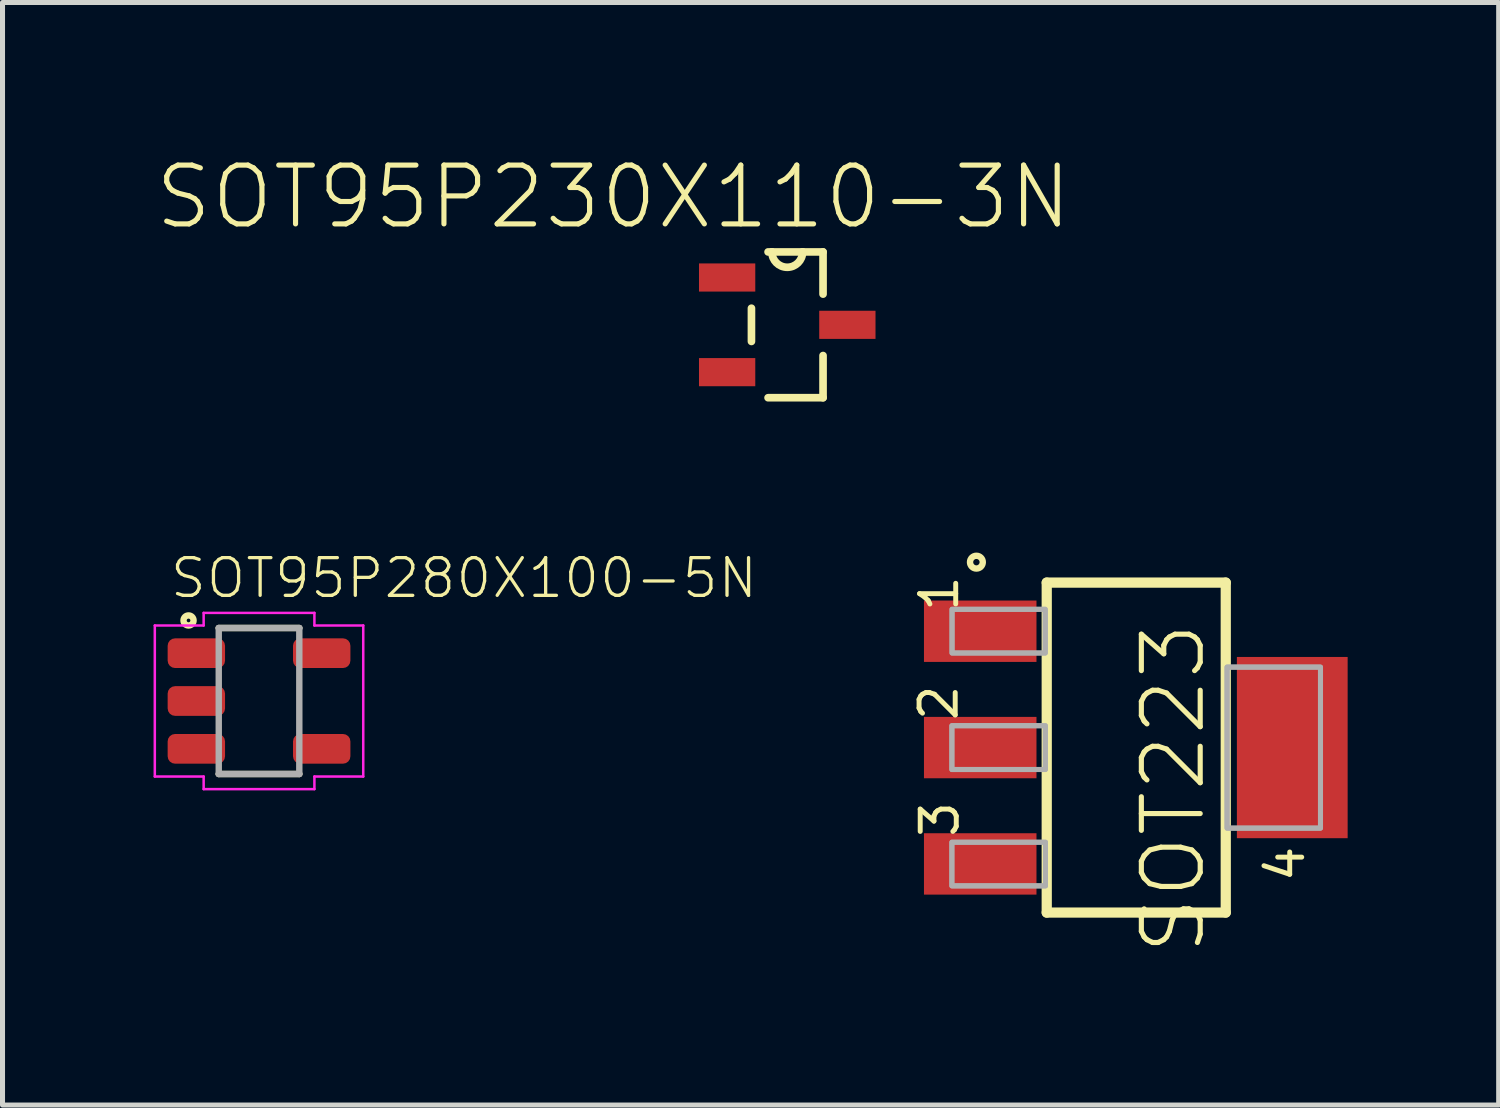
<source format=kicad_pcb>
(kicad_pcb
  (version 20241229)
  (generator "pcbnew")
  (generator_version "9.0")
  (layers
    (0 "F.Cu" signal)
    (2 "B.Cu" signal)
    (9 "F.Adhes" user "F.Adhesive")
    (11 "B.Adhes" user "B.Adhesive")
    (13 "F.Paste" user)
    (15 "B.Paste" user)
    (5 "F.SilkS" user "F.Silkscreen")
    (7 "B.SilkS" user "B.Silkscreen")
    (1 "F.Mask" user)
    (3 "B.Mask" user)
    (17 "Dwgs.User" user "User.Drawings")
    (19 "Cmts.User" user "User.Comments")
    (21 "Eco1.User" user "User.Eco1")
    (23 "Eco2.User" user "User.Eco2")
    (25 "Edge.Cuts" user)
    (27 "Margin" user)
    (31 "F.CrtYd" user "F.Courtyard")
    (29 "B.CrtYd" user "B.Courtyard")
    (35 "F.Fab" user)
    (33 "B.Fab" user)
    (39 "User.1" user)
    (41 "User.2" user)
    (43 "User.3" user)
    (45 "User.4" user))
  (footprint "SOT95P280X100-5N"
    (layer "F.Cu")
    (at 2.095 10.874)
    (property "Reference" "SOT95P280X100-5N" (at -1.804 -2.004 0) (unlocked yes) (layer "F.SilkS") (effects (font (size 0.749 0.749) (thickness 0.065)) (justify left bottom)))
    (fp_line (start -0.8 -1.45) (end 0.8 -1.45) (stroke (width 0.127) (type solid)) (layer "F.SilkS"))
    (fp_line (start 0.8 1.45) (end -0.8 1.45) (stroke (width 0.127) (type solid)) (layer "F.SilkS"))
    (fp_circle (center -1.4 -1.6) (end -1.3 -1.6) (stroke (width 0.127) (type solid)) (fill no) (layer "F.SilkS"))
    (fp_line (start -2.07 -1.5) (end -1.1 -1.5) (stroke (width 0.05) (type solid)) (layer "F.CrtYd"))
    (fp_line (start -2.07 1.5) (end -2.07 -1.5) (stroke (width 0.05) (type solid)) (layer "F.CrtYd"))
    (fp_line (start -1.1 -1.75) (end 1.1 -1.75) (stroke (width 0.05) (type solid)) (layer "F.CrtYd"))
    (fp_line (start -1.1 -1.5) (end -1.1 -1.75) (stroke (width 0.05) (type solid)) (layer "F.CrtYd"))
    (fp_line (start -1.1 1.5) (end -2.07 1.5) (stroke (width 0.05) (type solid)) (layer "F.CrtYd"))
    (fp_line (start -1.1 1.75) (end -1.1 1.5) (stroke (width 0.05) (type solid)) (layer "F.CrtYd"))
    (fp_line (start 1.1 -1.75) (end 1.1 -1.5) (stroke (width 0.05) (type solid)) (layer "F.CrtYd"))
    (fp_line (start 1.1 -1.5) (end 2.07 -1.5) (stroke (width 0.05) (type solid)) (layer "F.CrtYd"))
    (fp_line (start 1.1 1.5) (end 1.1 1.75) (stroke (width 0.05) (type solid)) (layer "F.CrtYd"))
    (fp_line (start 1.1 1.75) (end -1.1 1.75) (stroke (width 0.05) (type solid)) (layer "F.CrtYd"))
    (fp_line (start 2.07 -1.5) (end 2.07 1.5) (stroke (width 0.05) (type solid)) (layer "F.CrtYd"))
    (fp_line (start 2.07 1.5) (end 1.1 1.5) (stroke (width 0.05) (type solid)) (layer "F.CrtYd"))
    (fp_line (start -0.8 -1.45) (end 0.8 -1.45) (stroke (width 0.127) (type solid)) (layer "F.Fab"))
    (fp_line (start -0.8 1.45) (end -0.8 -1.45) (stroke (width 0.127) (type solid)) (layer "F.Fab"))
    (fp_line (start 0.8 -1.45) (end 0.8 1.45) (stroke (width 0.127) (type solid)) (layer "F.Fab"))
    (fp_line (start 0.8 1.45) (end -0.8 1.45) (stroke (width 0.127) (type solid)) (layer "F.Fab"))
    (pad "1" smd roundrect (at -1.245 -0.95) (size 1.14 0.59) (layers "F.Cu" "F.Mask" "F.Paste") (roundrect_rratio 0.25))
    (pad "2" smd roundrect (at -1.245 0) (size 1.14 0.59) (layers "F.Cu" "F.Mask" "F.Paste") (roundrect_rratio 0.25))
    (pad "3" smd roundrect (at -1.245 0.95) (size 1.14 0.59) (layers "F.Cu" "F.Mask" "F.Paste") (roundrect_rratio 0.25))
    (pad "4" smd roundrect (at 1.245 0.95 180) (size 1.14 0.59) (layers "F.Cu" "F.Mask" "F.Paste") (roundrect_rratio 0.25))
    (pad "5" smd roundrect (at 1.245 -0.95 180) (size 1.14 0.59) (layers "F.Cu" "F.Mask" "F.Paste") (roundrect_rratio 0.25)))
  (footprint "SOT95P230X110-3N"
    (layer "F.Cu")
    (at 12.587 3.402)
    (property "Reference" "SOT95P230X110-3N" (at -3.454 -2.54 0) (unlocked yes) (layer "F.SilkS") (effects (font (size 1.168 1.168) (thickness 0.102))))
    (fp_line (start -0.711 -0.33) (end -0.711 0.33) (stroke (width 0.152) (type solid)) (layer "F.SilkS"))
    (fp_line (start -0.381 1.448) (end 0.711 1.448) (stroke (width 0.152) (type solid)) (layer "F.SilkS"))
    (fp_line (start -0.305 -1.448) (end -0.381 -1.448) (stroke (width 0.152) (type solid)) (layer "F.SilkS"))
    (fp_line (start 0.305 -1.448) (end -0.305 -1.448) (stroke (width 0.152) (type solid)) (layer "F.SilkS"))
    (fp_line (start 0.711 -1.448) (end 0.305 -1.448) (stroke (width 0.152) (type solid)) (layer "F.SilkS"))
    (fp_line (start 0.711 -0.61) (end 0.711 -1.448) (stroke (width 0.152) (type solid)) (layer "F.SilkS"))
    (fp_line (start 0.711 1.448) (end 0.711 0.61) (stroke (width 0.152) (type solid)) (layer "F.SilkS"))
    (fp_arc (start 0.3048 -1.4478) (mid 0 -1.143) (end -0.3048 -1.4478) (stroke (width 0.1524) (type solid)) (layer "F.SilkS"))
    (pad "1" smd rect (at -1.194 -0.94) (size 1.118 0.559) (layers "F.Cu" "F.Mask" "F.Paste"))
    (pad "2" smd rect (at -1.194 0.94) (size 1.118 0.559) (layers "F.Cu" "F.Mask" "F.Paste"))
    (pad "3" smd rect (at 1.194 0) (size 1.118 0.559) (layers "F.Cu" "F.Mask" "F.Paste")))
  (footprint "SOT223"
    (layer "F.Cu")
    (at 19.519 11.799)
    (property "Reference" "SOT223" (at 0.051 -2.542 90) (unlocked yes) (layer "F.SilkS") (effects (font (size 1.169 1.169) (thickness 0.102)) (justify right top)))
    (fp_line (start -1.778 -3.277) (end 1.778 -3.277) (stroke (width 0.203) (type solid)) (layer "F.SilkS"))
    (fp_line (start -1.778 3.277) (end -1.778 -3.277) (stroke (width 0.203) (type solid)) (layer "F.SilkS"))
    (fp_line (start 1.778 -3.277) (end 1.778 3.277) (stroke (width 0.203) (type solid)) (layer "F.SilkS"))
    (fp_line (start 1.778 3.277) (end -1.778 3.277) (stroke (width 0.203) (type solid)) (layer "F.SilkS"))
    (fp_circle (center -3.175 -3.683) (end -3.048 -3.683) (stroke (width 0.127) (type solid)) (fill no) (layer "F.SilkS"))
    (fp_poly (pts (xy -3.663 -0.435) (xy -3.663 0.437) (xy -1.806 0.437) (xy -1.806 -0.435)) (stroke (width 0.1) (type default)) (fill no) (layer "F.Fab"))
    (fp_poly (pts (xy -3.662 1.88) (xy -3.662 2.747) (xy -1.803 2.747) (xy -1.803 1.88)) (stroke (width 0.1) (type default)) (fill no) (layer "F.Fab"))
    (fp_poly (pts (xy -3.662 1.88) (xy -3.662 2.747) (xy -1.803 2.747) (xy -1.803 1.88)) (stroke (width 0.1) (type default)) (fill no) (layer "F.Fab"))
    (fp_poly (pts (xy -3.661 -0.434) (xy -3.661 0.435) (xy -1.805 0.435) (xy -1.805 -0.434)) (stroke (width 0.1) (type default)) (fill no) (layer "F.Fab"))
    (fp_poly (pts (xy -3.66 -2.748) (xy -3.66 -1.878) (xy -1.809 -1.878) (xy -1.809 -2.748)) (stroke (width 0.1) (type default)) (fill no) (layer "F.Fab"))
    (fp_poly (pts (xy -3.658 -2.745) (xy -3.658 -1.879) (xy -1.806 -1.879) (xy -1.806 -2.745)) (stroke (width 0.1) (type default)) (fill no) (layer "F.Fab"))
    (fp_poly (pts (xy 1.804 -1.599) (xy 1.804 1.6) (xy 3.659 1.6) (xy 3.659 -1.599)) (stroke (width 0.1) (type default)) (fill no) (layer "F.Fab"))
    (fp_poly (pts (xy 1.804 -1.598) (xy 1.804 1.6) (xy 3.66 1.6) (xy 3.66 -1.598)) (stroke (width 0.1) (type default)) (fill no) (layer "F.Fab"))
    (fp_text user "2" (at -4.343 -1.295 90) (unlocked yes) (layer "F.SilkS") (effects (font (size 0.718 0.718) (thickness 0.098)) (justify right top)))
    (fp_text user "3" (at -4.32 1.021 90) (unlocked yes) (layer "F.SilkS") (effects (font (size 0.716 0.716) (thickness 0.098)) (justify right top)))
    (fp_text user "4" (at 2.542 1.907 90) (unlocked yes) (layer "F.SilkS") (effects (font (size 0.716 0.716) (thickness 0.098)) (justify right top)))
    (fp_text user "1" (at -4.333 -3.464 90) (unlocked yes) (layer "F.SilkS") (effects (font (size 0.718 0.718) (thickness 0.098)) (justify right top)))
    (pad "1" smd rect (at -3.099 -2.311 270) (size 1.219 2.235) (layers "F.Cu" "F.Mask" "F.Paste"))
    (pad "2" smd rect (at -3.099 0 270) (size 1.219 2.235) (layers "F.Cu" "F.Mask" "F.Paste"))
    (pad "3" smd rect (at -3.099 2.311 270) (size 1.219 2.235) (layers "F.Cu" "F.Mask" "F.Paste"))
    (pad "4" smd rect (at 3.099 0 270) (size 3.6 2.2) (layers "F.Cu" "F.Mask" "F.Paste")))
  (gr_rect
    (start -3 -3)
    (end 26.718 18.899)
    (stroke (width 0.1) (type default))
    (fill no)
    (layer "Edge.Cuts")))
</source>
